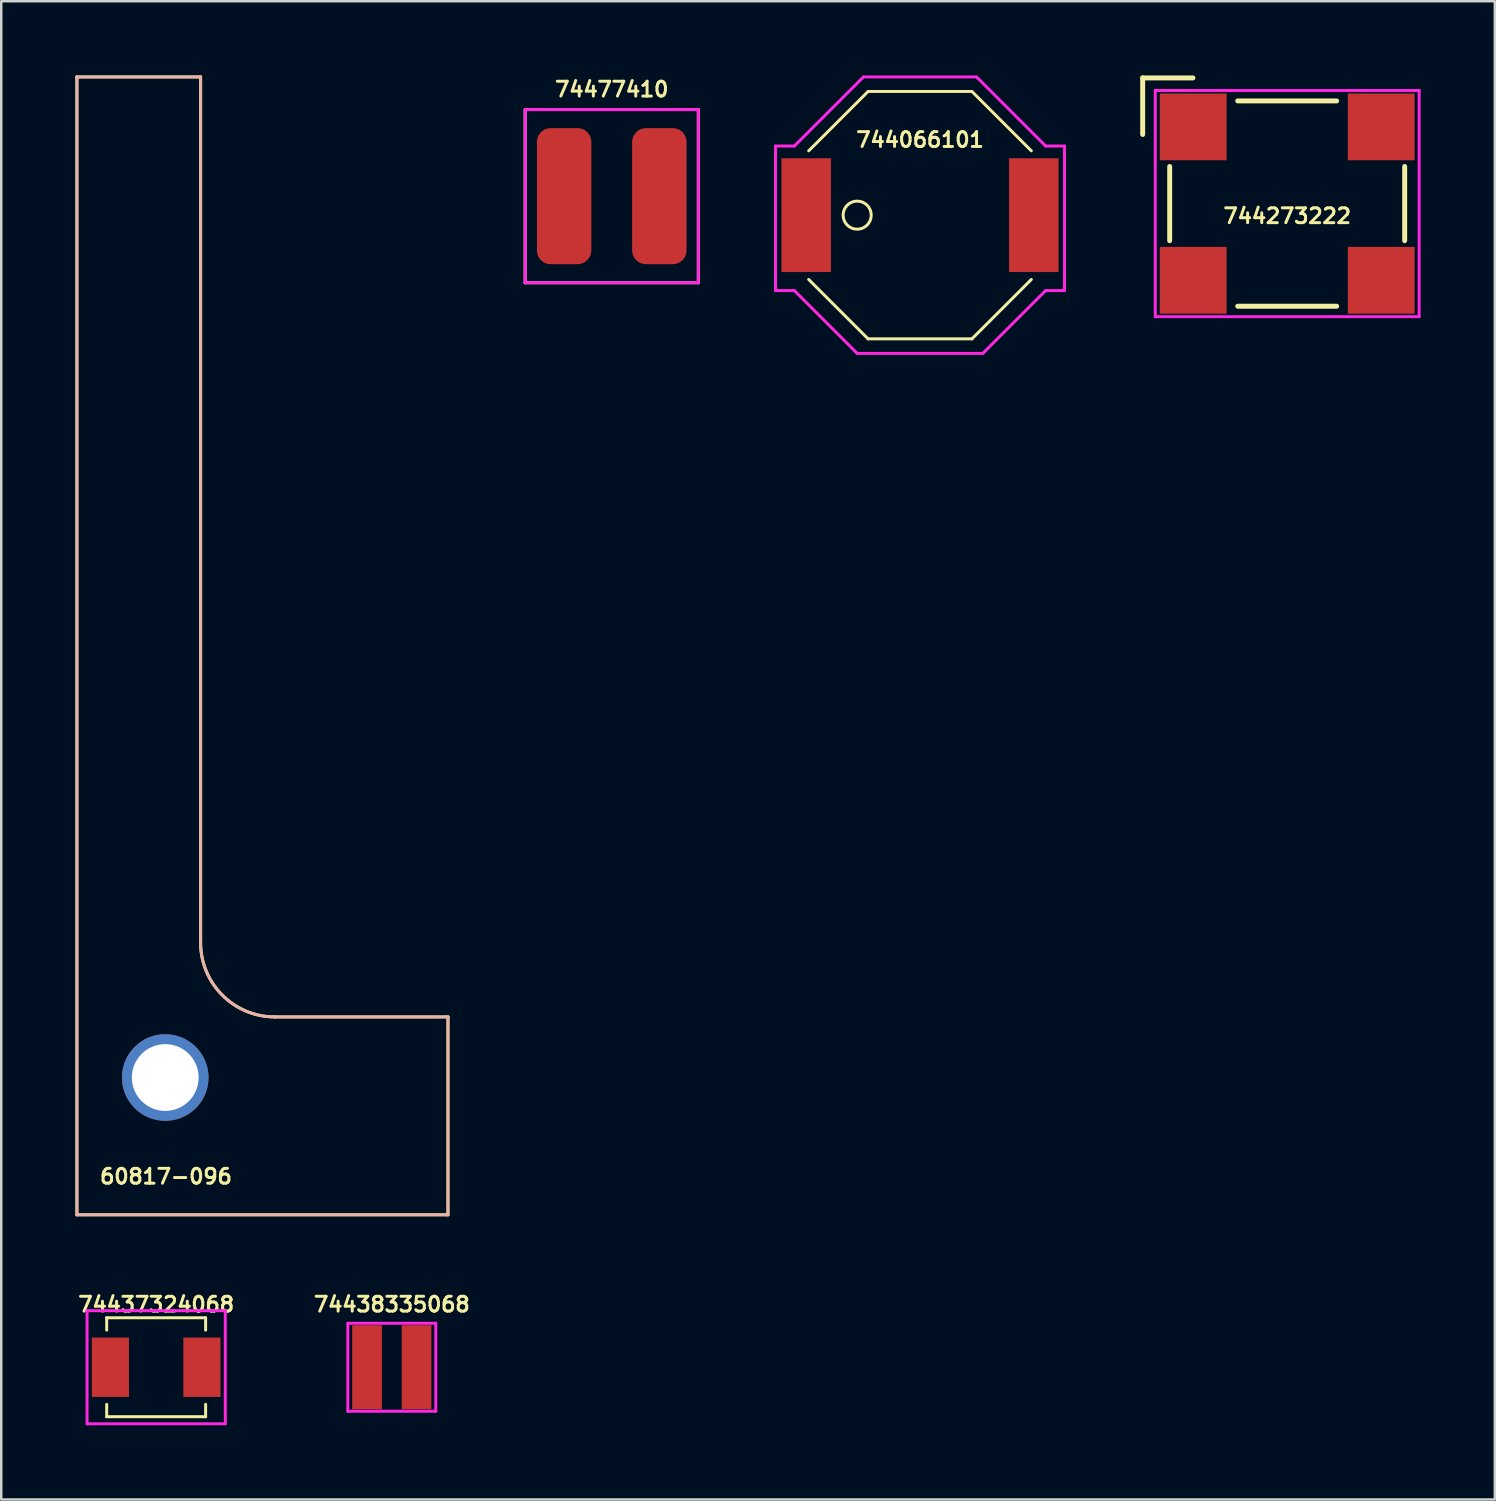
<source format=kicad_pcb>
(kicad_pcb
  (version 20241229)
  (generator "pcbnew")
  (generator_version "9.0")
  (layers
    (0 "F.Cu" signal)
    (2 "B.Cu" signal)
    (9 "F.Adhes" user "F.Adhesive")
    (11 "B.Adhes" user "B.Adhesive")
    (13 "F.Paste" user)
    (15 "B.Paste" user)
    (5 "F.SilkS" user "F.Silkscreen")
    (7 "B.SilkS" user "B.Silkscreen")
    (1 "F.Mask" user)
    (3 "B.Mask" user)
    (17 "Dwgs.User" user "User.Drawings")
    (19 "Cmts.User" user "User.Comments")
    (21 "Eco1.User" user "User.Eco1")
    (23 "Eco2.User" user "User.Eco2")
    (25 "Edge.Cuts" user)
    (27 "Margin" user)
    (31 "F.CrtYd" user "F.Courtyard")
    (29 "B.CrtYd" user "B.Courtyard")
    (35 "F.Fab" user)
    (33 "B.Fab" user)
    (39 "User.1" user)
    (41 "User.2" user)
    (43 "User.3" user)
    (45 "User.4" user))
  (footprint "744273222"
    (layer "F.Cu")
    (at 48.986 5.18)
    (property "Reference" "744273222" (at 0 0.5 0) (layer "F.SilkS") (effects (font (size 0.6 0.6) (thickness 0.12))))
    (attr through_hole)
    (fp_line (start -5.842 -5.08) (end -3.81 -5.08) (stroke (width 0.2) (type solid)) (layer "F.SilkS"))
    (fp_line (start -5.842 -2.794) (end -5.842 -5.08) (stroke (width 0.2) (type solid)) (layer "F.SilkS"))
    (fp_line (start -4.75 -1.5) (end -4.75 1.5) (stroke (width 0.2) (type solid)) (layer "F.SilkS"))
    (fp_line (start -2 -4.15) (end 2 -4.15) (stroke (width 0.2) (type solid)) (layer "F.SilkS"))
    (fp_line (start -2 4.15) (end 2 4.15) (stroke (width 0.2) (type solid)) (layer "F.SilkS"))
    (fp_line (start 4.75 -1.5) (end 4.75 1.5) (stroke (width 0.2) (type solid)) (layer "F.SilkS"))
    (fp_line (start -5.334 -4.572) (end 5.334 -4.572) (stroke (width 0.12) (type solid)) (layer "F.CrtYd"))
    (fp_line (start -5.334 4.572) (end -5.334 -4.572) (stroke (width 0.12) (type solid)) (layer "F.CrtYd"))
    (fp_line (start 5.334 -4.572) (end 5.334 4.572) (stroke (width 0.12) (type solid)) (layer "F.CrtYd"))
    (fp_line (start 5.334 4.572) (end -5.334 4.572) (stroke (width 0.12) (type solid)) (layer "F.CrtYd"))
    (pad "1" smd rect (at -3.8 -3.1) (size 2.7 2.7) (layers "F.Cu" "F.Mask" "F.Paste"))
    (pad "2" smd rect (at 3.8 -3.1) (size 2.7 2.7) (layers "F.Cu" "F.Mask" "F.Paste"))
    (pad "3" smd rect (at -3.8 3.1) (size 2.7 2.7) (layers "F.Cu" "F.Mask" "F.Paste"))
    (pad "4" smd rect (at 3.8 3.1) (size 2.7 2.7) (layers "F.Cu" "F.Mask" "F.Paste")))
  (footprint "74477410"
    (layer "F.Cu")
    (at 21.68 4.88)
    (property "Reference" "74477410" (at 0 -4.318 0) (unlocked yes) (layer "F.SilkS") (effects (font (size 0.6 0.6) (thickness 0.12))))
    (attr smd)
    (fp_line (start -3.5 -3.5) (end -3.5 3.5) (stroke (width 0.12) (type solid)) (layer "F.SilkS"))
    (fp_line (start -3.5 -3.5) (end 3.5 -3.5) (stroke (width 0.12) (type solid)) (layer "F.SilkS"))
    (fp_line (start -3.5 3.5) (end 3.5 3.5) (stroke (width 0.12) (type solid)) (layer "F.SilkS"))
    (fp_line (start 3.5 3.5) (end 3.5 -3.5) (stroke (width 0.12) (type solid)) (layer "F.SilkS"))
    (fp_line (start -3.5 -3.5) (end 3.5 -3.5) (stroke (width 0.12) (type solid)) (layer "F.CrtYd"))
    (fp_line (start -3.5 3.5) (end -3.5 -3.5) (stroke (width 0.12) (type solid)) (layer "F.CrtYd"))
    (fp_line (start 3.5 -3.5) (end 3.5 3.5) (stroke (width 0.12) (type solid)) (layer "F.CrtYd"))
    (fp_line (start 3.5 3.5) (end -3.5 3.5) (stroke (width 0.12) (type solid)) (layer "F.CrtYd"))
    (pad "1" smd roundrect (at -1.925 0) (size 2.2 5.5) (layers "F.Cu" "F.Mask" "F.Paste") (roundrect_rratio 0.25))
    (pad "1" smd roundrect (at 1.925 0) (size 2.2 5.5) (layers "F.Cu" "F.Mask" "F.Paste") (roundrect_rratio 0.25)))
  (footprint "744066101"
    (layer "F.Cu")
    (at 34.142 5.648)
    (property "Reference" "744066101" (at 0 -3.048 0) (layer "F.SilkS") (effects (font (size 0.6 0.6) (thickness 0.12))))
    (attr through_hole)
    (fp_line (start -4.5 -2.6) (end -2.1 -5) (stroke (width 0.12) (type solid)) (layer "F.SilkS"))
    (fp_line (start -2.1 -5) (end 2.1 -5) (stroke (width 0.12) (type solid)) (layer "F.SilkS"))
    (fp_line (start -2.1 5) (end -4.5 2.6) (stroke (width 0.12) (type solid)) (layer "F.SilkS"))
    (fp_line (start -2.1 5) (end 2.1 5) (stroke (width 0.12) (type solid)) (layer "F.SilkS"))
    (fp_line (start 2.1 5) (end 4.5 2.6) (stroke (width 0.12) (type solid)) (layer "F.SilkS"))
    (fp_line (start 4.5 -2.6) (end 2.1 -5) (stroke (width 0.12) (type solid)) (layer "F.SilkS"))
    (fp_circle (center -2.54 0) (end -2.794 -0.508) (stroke (width 0.12) (type solid)) (fill no) (layer "F.SilkS"))
    (fp_line (start -5.842 -2.794) (end -5.08 -2.794) (stroke (width 0.12) (type solid)) (layer "F.CrtYd"))
    (fp_line (start -5.842 0) (end -5.842 -2.794) (stroke (width 0.12) (type solid)) (layer "F.CrtYd"))
    (fp_line (start -5.842 3.048) (end -5.842 0) (stroke (width 0.12) (type solid)) (layer "F.CrtYd"))
    (fp_line (start -5.08 -2.794) (end -2.286 -5.588) (stroke (width 0.12) (type solid)) (layer "F.CrtYd"))
    (fp_line (start -5.08 3.048) (end -5.842 3.048) (stroke (width 0.12) (type solid)) (layer "F.CrtYd"))
    (fp_line (start -2.54 5.588) (end -5.08 3.048) (stroke (width 0.12) (type solid)) (layer "F.CrtYd"))
    (fp_line (start -2.286 -5.588) (end 2.286 -5.588) (stroke (width 0.12) (type solid)) (layer "F.CrtYd"))
    (fp_line (start -2.032 5.588) (end -2.54 5.588) (stroke (width 0.12) (type solid)) (layer "F.CrtYd"))
    (fp_line (start 2.286 -5.588) (end 5.08 -2.794) (stroke (width 0.12) (type solid)) (layer "F.CrtYd"))
    (fp_line (start 2.54 5.588) (end -2.032 5.588) (stroke (width 0.12) (type solid)) (layer "F.CrtYd"))
    (fp_line (start 5.08 -2.794) (end 5.842 -2.794) (stroke (width 0.12) (type solid)) (layer "F.CrtYd"))
    (fp_line (start 5.08 3.048) (end 2.54 5.588) (stroke (width 0.12) (type solid)) (layer "F.CrtYd"))
    (fp_line (start 5.842 -2.794) (end 5.842 3.048) (stroke (width 0.12) (type solid)) (layer "F.CrtYd"))
    (fp_line (start 5.842 3.048) (end 5.08 3.048) (stroke (width 0.12) (type solid)) (layer "F.CrtYd"))
    (pad "1" smd rect (at -4.6 0) (size 2 4.6) (layers "F.Cu" "F.Mask" "F.Paste"))
    (pad "2" smd rect (at 4.6 0) (size 2 4.6) (layers "F.Cu" "F.Mask" "F.Paste")))
  (footprint "74437324068"
    (layer "F.Cu")
    (at 3.263 52.222)
    (property "Reference" "74437324068" (at 0 -2.54 0) (layer "F.SilkS") (effects (font (size 0.6 0.6) (thickness 0.12))))
    (attr through_hole)
    (fp_line (start -2 -2) (end -2 -1.5) (stroke (width 0.12) (type solid)) (layer "F.SilkS"))
    (fp_line (start -2 -2) (end 2 -2) (stroke (width 0.12) (type solid)) (layer "F.SilkS"))
    (fp_line (start -2 2) (end -2 1.5) (stroke (width 0.12) (type solid)) (layer "F.SilkS"))
    (fp_line (start -2 2) (end 2 2) (stroke (width 0.12) (type solid)) (layer "F.SilkS"))
    (fp_line (start 2 -2) (end 2 -1.5) (stroke (width 0.12) (type solid)) (layer "F.SilkS"))
    (fp_line (start 2 2) (end 2 1.5) (stroke (width 0.12) (type solid)) (layer "F.SilkS"))
    (fp_line (start -2.794 -2.286) (end 2.794 -2.286) (stroke (width 0.12) (type solid)) (layer "F.CrtYd"))
    (fp_line (start -2.794 2.286) (end -2.794 -2.286) (stroke (width 0.12) (type solid)) (layer "F.CrtYd"))
    (fp_line (start 2.794 -2.286) (end 2.794 2.286) (stroke (width 0.12) (type solid)) (layer "F.CrtYd"))
    (fp_line (start 2.794 2.286) (end -2.794 2.286) (stroke (width 0.12) (type solid)) (layer "F.CrtYd"))
    (pad "1" smd rect (at -1.85 0) (size 1.5 2.4) (layers "F.Cu" "F.Mask" "F.Paste"))
    (pad "2" smd rect (at 1.85 0) (size 1.5 2.4) (layers "F.Cu" "F.Mask" "F.Paste")))
  (footprint "74438335068"
    (layer "F.Cu")
    (at 12.789 52.222)
    (property "Reference" "74438335068" (at 0 -2.54 0) (layer "F.SilkS") (effects (font (size 0.6 0.6) (thickness 0.12))))
    (attr through_hole)
    (fp_line (start -1.778 -1.778) (end 1.778 -1.778) (stroke (width 0.12) (type solid)) (layer "F.CrtYd"))
    (fp_line (start -1.778 1.778) (end -1.778 -1.778) (stroke (width 0.12) (type solid)) (layer "F.CrtYd"))
    (fp_line (start 1.778 -1.778) (end 1.778 1.778) (stroke (width 0.12) (type solid)) (layer "F.CrtYd"))
    (fp_line (start 1.778 1.778) (end -1.778 1.778) (stroke (width 0.12) (type solid)) (layer "F.CrtYd"))
    (pad "1" smd rect (at -1 0) (size 1.2 3.4) (layers "F.Cu" "F.Mask" "F.Paste"))
    (pad "2" smd rect (at 1 0) (size 1.2 3.4) (layers "F.Cu" "F.Mask" "F.Paste")))
  (footprint "60817-096"
    (layer "F.Cu")
    (at 3.61 40.51)
    (property "Reference" "60817-096" (at 0.05 4 0) (layer "F.SilkS") (effects (font (size 0.6 0.6) (thickness 0.12))))
    (attr through_hole)
    (fp_line (start -3.55 -40.45) (end 1.45 -40.45) (stroke (width 0.12) (type solid)) (layer "F.SilkS"))
    (fp_line (start -3.55 5.55) (end -3.55 -40.45) (stroke (width 0.12) (type solid)) (layer "F.SilkS"))
    (fp_line (start 1.45 -40.45) (end 1.45 -5.45) (stroke (width 0.12) (type solid)) (layer "F.SilkS"))
    (fp_line (start 4.45 -2.45) (end 11.45 -2.45) (stroke (width 0.12) (type solid)) (layer "F.SilkS"))
    (fp_line (start 11.45 -2.45) (end 11.45 5.55) (stroke (width 0.12) (type solid)) (layer "F.SilkS"))
    (fp_line (start 11.45 5.55) (end -3.55 5.55) (stroke (width 0.12) (type solid)) (layer "F.SilkS"))
    (fp_arc (start 4.45 -2.45) (mid 2.32868 -3.32868) (end 1.45 -5.45) (stroke (width 0.12) (type solid)) (layer "F.SilkS"))
    (fp_line (start -3.55 -40.45) (end 1.45 -40.45) (stroke (width 0.12) (type solid)) (layer "B.SilkS"))
    (fp_line (start -3.55 5.55) (end -3.55 -40.45) (stroke (width 0.12) (type solid)) (layer "B.SilkS"))
    (fp_line (start 1.45 -40.45) (end 1.45 -5.45) (stroke (width 0.12) (type solid)) (layer "B.SilkS"))
    (fp_line (start 4.45 -2.45) (end 11.45 -2.45) (stroke (width 0.12) (type solid)) (layer "B.SilkS"))
    (fp_line (start 11.45 -2.45) (end 11.45 5.55) (stroke (width 0.12) (type solid)) (layer "B.SilkS"))
    (fp_line (start 11.45 5.55) (end -3.55 5.55) (stroke (width 0.12) (type solid)) (layer "B.SilkS"))
    (fp_arc (start 4.45 -2.45) (mid 2.32868 -3.32868) (end 1.45 -5.45) (stroke (width 0.12) (type solid)) (layer "B.SilkS"))
    (pad "1" thru_hole circle (at 0.02 0) (size 3.5 3.5) (drill 2.7) (layers "*.Cu" "*.Mask")))
  (gr_rect
    (start -3 -3)
    (end 57.38 57.568)
    (stroke (width 0.1) (type default))
    (fill no)
    (layer "Edge.Cuts")))
</source>
